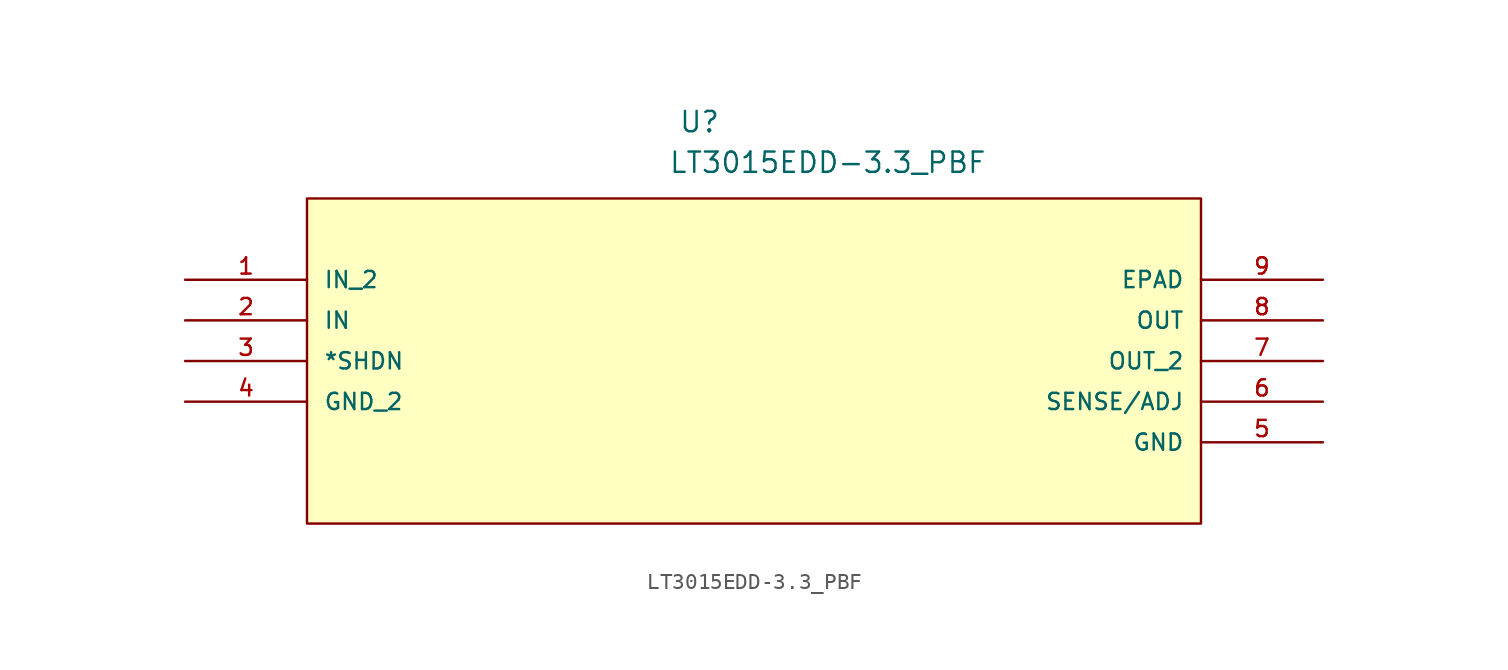
<source format=kicad_sym>
(kicad_symbol_lib
  (version 20211014)
  (generator kicad_symbol_editor)
  (symbol "LT3015EDD-3.3_PBF"
    (pin_names
      (offset 1.016))
    (property "Reference" "U"
      (at 30.844 9.121 0.0)
      (effects (font (size 1.27 1.27)) (justify bottom left)))
    (property "Value" "LT3015EDD-3.3_PBF"
      (at 30.213 6.581 0.0)
      (effects (font (size 1.27 1.27)) (justify bottom left)))
    (symbol "LT3015EDD-3.3_PBF_0_0"
      (rectangle (start 7.62 -15.24) (end 63.5 5.08) (stroke (width 0.152)) (fill (type background)))
      (pin input line (at 0.0 0.0 0) (length 7.62) (name "IN_2" (effects (font (size 1.016 1.016)))) (number "1" (effects (font (size 1.016 1.016)))))
      (pin input line (at 0.0 -2.54 0) (length 7.62) (name "IN" (effects (font (size 1.016 1.016)))) (number "2" (effects (font (size 1.016 1.016)))))
      (pin bidirectional line (at 0.0 -5.08 0) (length 7.62) (name "*SHDN" (effects (font (size 1.016 1.016)))) (number "3" (effects (font (size 1.016 1.016)))))
      (pin power_in line (at 0.0 -7.62 0) (length 7.62) (name "GND_2" (effects (font (size 1.016 1.016)))) (number "4" (effects (font (size 1.016 1.016)))))
      (pin power_in line (at 71.12 -10.16 180.0) (length 7.62) (name "GND" (effects (font (size 1.016 1.016)))) (number "5" (effects (font (size 1.016 1.016)))))
      (pin input line (at 71.12 -7.62 180.0) (length 7.62) (name "SENSE/ADJ" (effects (font (size 1.016 1.016)))) (number "6" (effects (font (size 1.016 1.016)))))
      (pin output line (at 71.12 -5.08 180.0) (length 7.62) (name "OUT_2" (effects (font (size 1.016 1.016)))) (number "7" (effects (font (size 1.016 1.016)))))
      (pin output line (at 71.12 -2.54 180.0) (length 7.62) (name "OUT" (effects (font (size 1.016 1.016)))) (number "8" (effects (font (size 1.016 1.016)))))
      (pin passive line (at 71.12 0.0 180.0) (length 7.62) (name "EPAD" (effects (font (size 1.016 1.016)))) (number "9" (effects (font (size 1.016 1.016))))))))
</source>
